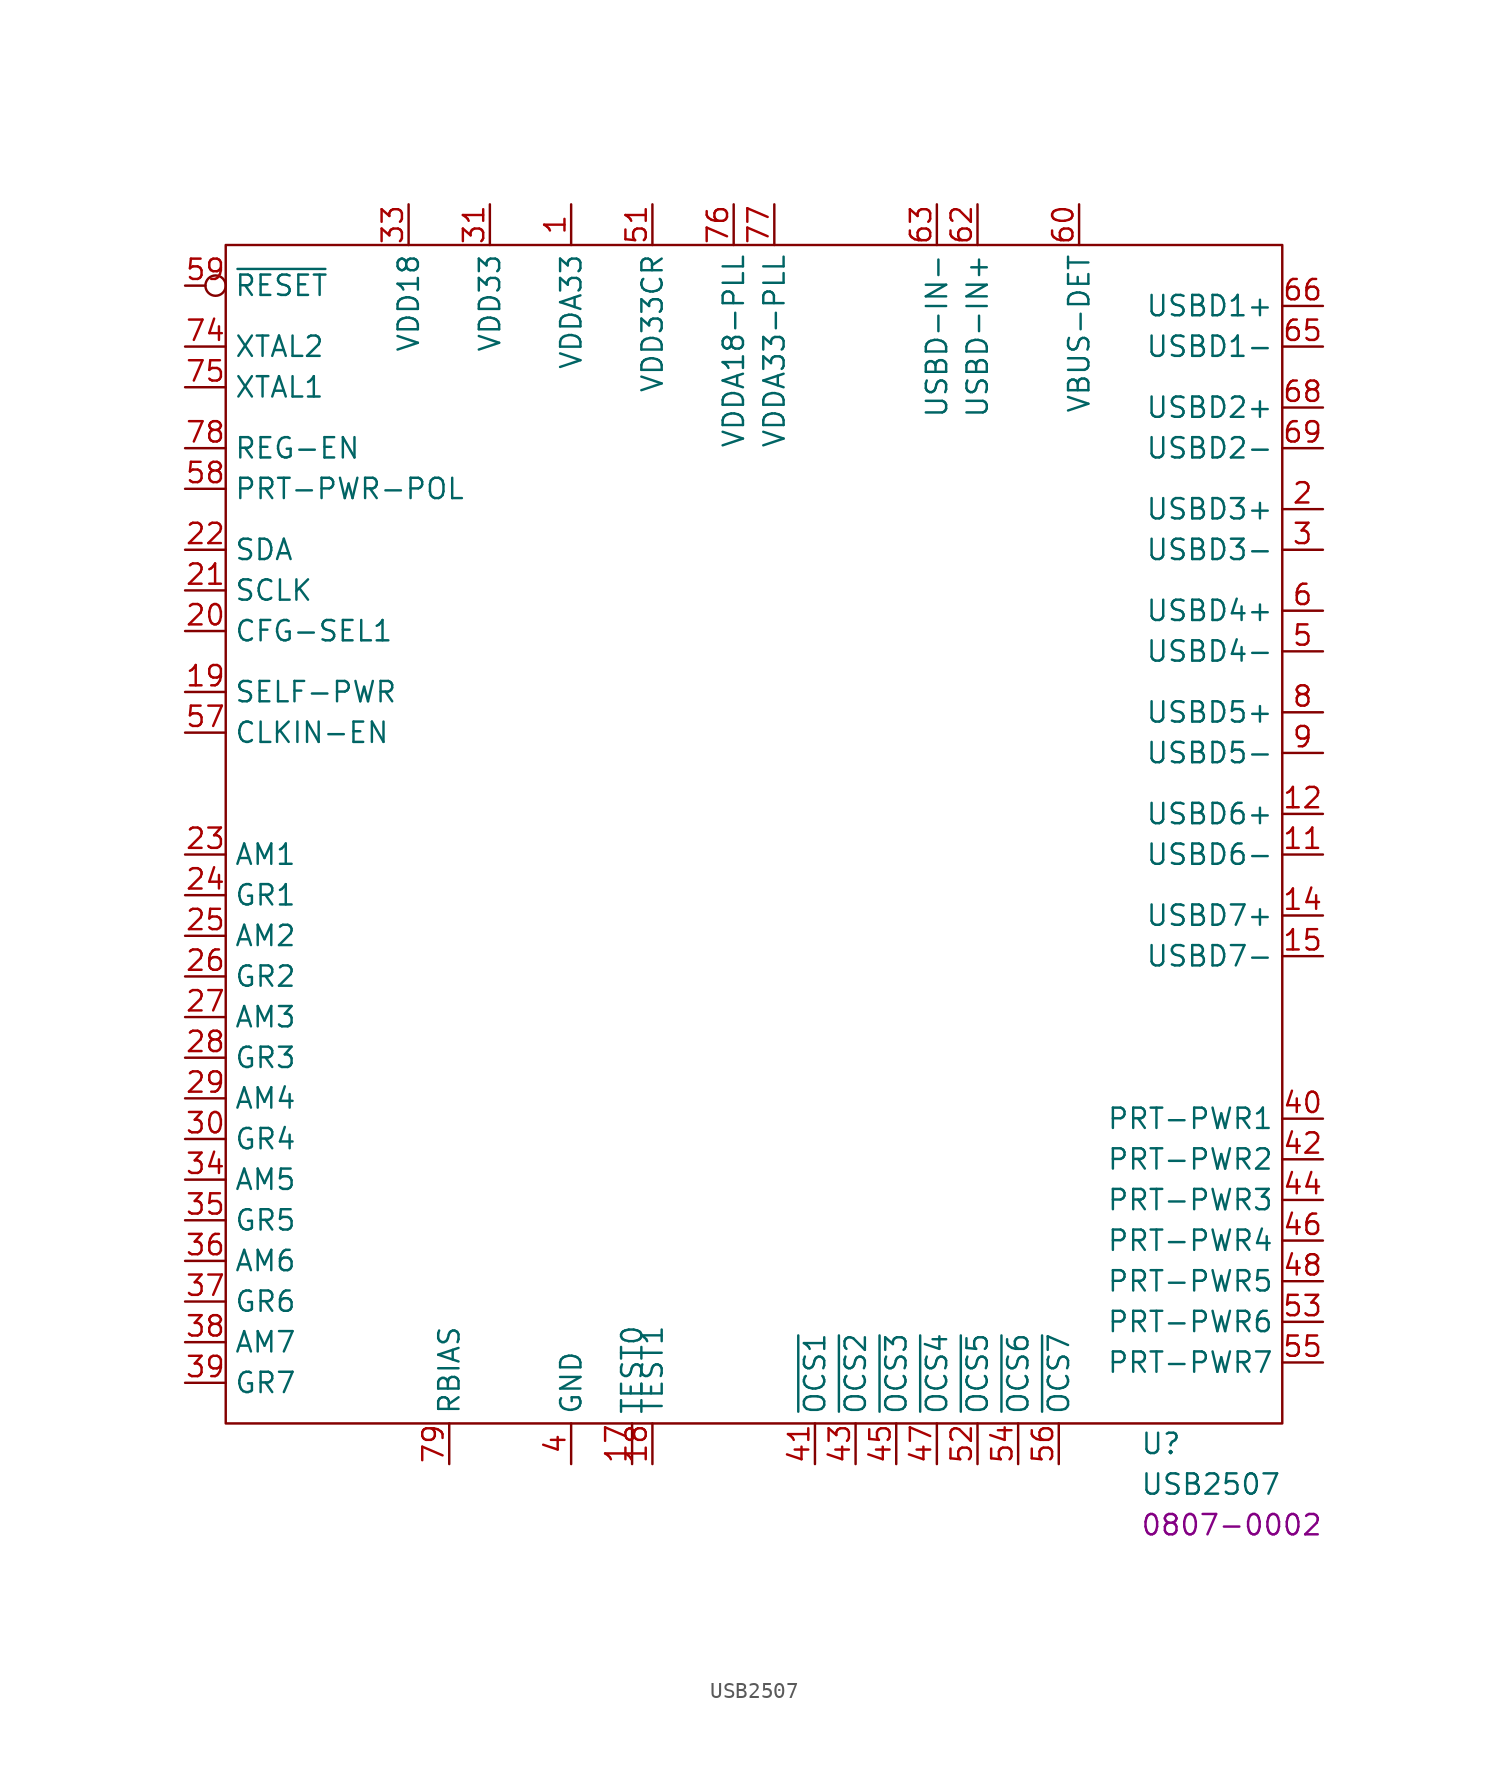
<source format=kicad_sym>
(kicad_symbol_lib
  (version 20220914)
  (generator kicad_symbol_editor)
  (symbol "USB2507"
    (property "Reference" "U"
      (at 24.13 -39.37 0)
      (effects (font (size 1.27 1.27)) (justify left)))
    (property "Value" "USB2507"
      (at 24.13 -41.91 0)
      (effects (font (size 1.27 1.27)) (justify left)))
    (property "PartNumber" "0807-0002"
      (at 24.13 -44.45 0)
      (effects (font (size 1.27 1.27)) (justify left)))
    (symbol "USB2507_0_0"
      (pin power_in line (at -11.43 38.1 270) (length 2.54) (name "VDDA33" (effects (font (size 1.27 1.27)))) (number "1" (effects (font (size 1.27 1.27)))))
      (pin power_in line (at -11.43 -40.64 90) (length 2.54) hide (name "GND" (effects (font (size 1.27 1.27)))) (number "10" (effects (font (size 1.27 1.27)))))
      (pin bidirectional line (at 35.56 -2.54 180) (length 2.54) (name "USBD6-" (effects (font (size 1.27 1.27)))) (number "11" (effects (font (size 1.27 1.27)))))
      (pin bidirectional line (at 35.56 0 180) (length 2.54) (name "USBD6+" (effects (font (size 1.27 1.27)))) (number "12" (effects (font (size 1.27 1.27)))))
      (pin power_in line (at -11.43 38.1 270) (length 2.54) hide (name "VDDA33" (effects (font (size 1.27 1.27)))) (number "13" (effects (font (size 1.27 1.27)))))
      (pin bidirectional line (at 35.56 -6.35 180) (length 2.54) (name "USBD7+" (effects (font (size 1.27 1.27)))) (number "14" (effects (font (size 1.27 1.27)))))
      (pin bidirectional line (at 35.56 -8.89 180) (length 2.54) (name "USBD7-" (effects (font (size 1.27 1.27)))) (number "15" (effects (font (size 1.27 1.27)))))
      (pin power_in line (at -11.43 -40.64 90) (length 2.54) hide (name "GND" (effects (font (size 1.27 1.27)))) (number "16" (effects (font (size 1.27 1.27)))))
      (pin free line (at -7.62 -40.64 90) (length 2.54) (name "TEST0" (effects (font (size 1.27 1.27)))) (number "17" (effects (font (size 1.27 1.27)))))
      (pin free line (at -6.35 -40.64 90) (length 2.54) (name "TEST1" (effects (font (size 1.27 1.27)))) (number "18" (effects (font (size 1.27 1.27)))))
      (pin input line (at -35.56 7.62 0) (length 2.54) (name "SELF-PWR" (effects (font (size 1.27 1.27)))) (number "19" (effects (font (size 1.27 1.27)))))
      (pin bidirectional line (at 35.56 19.05 180) (length 2.54) (name "USBD3+" (effects (font (size 1.27 1.27)))) (number "2" (effects (font (size 1.27 1.27)))))
      (pin input line (at -35.56 11.43 0) (length 2.54) (name "CFG-SEL1" (effects (font (size 1.27 1.27)))) (number "20" (effects (font (size 1.27 1.27)))))
      (pin bidirectional line (at -35.56 13.97 0) (length 2.54) (name "SCLK" (effects (font (size 1.27 1.27)))) (number "21" (effects (font (size 1.27 1.27)))) (alternate "CFG-SEL0" input line))
      (pin bidirectional line (at -35.56 16.51 0) (length 2.54) (name "SDA" (effects (font (size 1.27 1.27)))) (number "22" (effects (font (size 1.27 1.27)))))
      (pin output line (at -35.56 -2.54 0) (length 2.54) (name "AM1" (effects (font (size 1.27 1.27)))) (number "23" (effects (font (size 1.27 1.27)))) (alternate "AM1/GANG-EN" bidirectional line) (alternate "GANG-EN" input line))
      (pin output line (at -35.56 -5.08 0) (length 2.54) (name "GR1" (effects (font (size 1.27 1.27)))) (number "24" (effects (font (size 1.27 1.27)))) (alternate "GR1/NON-REM0" bidirectional line) (alternate "NON-REM0" input line))
      (pin output line (at -35.56 -7.62 0) (length 2.54) (name "AM2" (effects (font (size 1.27 1.27)))) (number "25" (effects (font (size 1.27 1.27)))) (alternate "AM2/MTT-EN" bidirectional line) (alternate "MTT-EN" input line))
      (pin output line (at -35.56 -10.16 0) (length 2.54) (name "GR2" (effects (font (size 1.27 1.27)))) (number "26" (effects (font (size 1.27 1.27)))) (alternate "GR2/NON-REM1" bidirectional line) (alternate "NON-REM1" input line))
      (pin output line (at -35.56 -12.7 0) (length 2.54) (name "AM3" (effects (font (size 1.27 1.27)))) (number "27" (effects (font (size 1.27 1.27)))))
      (pin output line (at -35.56 -15.24 0) (length 2.54) (name "GR3" (effects (font (size 1.27 1.27)))) (number "28" (effects (font (size 1.27 1.27)))) (alternate "GR3/PRT-DIS0" bidirectional line) (alternate "PRT-DIS0" input line))
      (pin output line (at -35.56 -17.78 0) (length 2.54) (name "AM4" (effects (font (size 1.27 1.27)))) (number "29" (effects (font (size 1.27 1.27)))) (alternate "AM4/LED-EN" bidirectional line) (alternate "LED-EN" input line))
      (pin bidirectional line (at 35.56 16.51 180) (length 2.54) (name "USBD3-" (effects (font (size 1.27 1.27)))) (number "3" (effects (font (size 1.27 1.27)))))
      (pin output line (at -35.56 -20.32 0) (length 2.54) (name "GR4" (effects (font (size 1.27 1.27)))) (number "30" (effects (font (size 1.27 1.27)))) (alternate "GR4/PRT-DIS1" bidirectional line) (alternate "PRT-DIS1" input line))
      (pin power_in line (at -16.51 38.1 270) (length 2.54) (name "VDD33" (effects (font (size 1.27 1.27)))) (number "31" (effects (font (size 1.27 1.27)))))
      (pin power_in line (at -11.43 -40.64 90) (length 2.54) hide (name "GND" (effects (font (size 1.27 1.27)))) (number "32" (effects (font (size 1.27 1.27)))))
      (pin power_in line (at -21.59 38.1 270) (length 2.54) (name "VDD18" (effects (font (size 1.27 1.27)))) (number "33" (effects (font (size 1.27 1.27)))))
      (pin output line (at -35.56 -22.86 0) (length 2.54) (name "AM5" (effects (font (size 1.27 1.27)))) (number "34" (effects (font (size 1.27 1.27)))))
      (pin output line (at -35.56 -25.4 0) (length 2.54) (name "GR5" (effects (font (size 1.27 1.27)))) (number "35" (effects (font (size 1.27 1.27)))))
      (pin output line (at -35.56 -27.94 0) (length 2.54) (name "AM6" (effects (font (size 1.27 1.27)))) (number "36" (effects (font (size 1.27 1.27)))))
      (pin output line (at -35.56 -30.48 0) (length 2.54) (name "GR6" (effects (font (size 1.27 1.27)))) (number "37" (effects (font (size 1.27 1.27)))))
      (pin output line (at -35.56 -33.02 0) (length 2.54) (name "AM7" (effects (font (size 1.27 1.27)))) (number "38" (effects (font (size 1.27 1.27)))))
      (pin output line (at -35.56 -35.56 0) (length 2.54) (name "GR7" (effects (font (size 1.27 1.27)))) (number "39" (effects (font (size 1.27 1.27)))))
      (pin power_in line (at -11.43 -40.64 90) (length 2.54) (name "GND" (effects (font (size 1.27 1.27)))) (number "4" (effects (font (size 1.27 1.27)))))
      (pin output line (at 35.56 -19.05 180) (length 2.54) (name "PRT-PWR1" (effects (font (size 1.27 1.27)))) (number "40" (effects (font (size 1.27 1.27)))))
      (pin input line (at 3.81 -40.64 90) (length 2.54) (name "~{OCS1}" (effects (font (size 1.27 1.27)))) (number "41" (effects (font (size 1.27 1.27)))))
      (pin output line (at 35.56 -21.59 180) (length 2.54) (name "PRT-PWR2" (effects (font (size 1.27 1.27)))) (number "42" (effects (font (size 1.27 1.27)))))
      (pin input line (at 6.35 -40.64 90) (length 2.54) (name "~{OCS2}" (effects (font (size 1.27 1.27)))) (number "43" (effects (font (size 1.27 1.27)))))
      (pin output line (at 35.56 -24.13 180) (length 2.54) (name "PRT-PWR3" (effects (font (size 1.27 1.27)))) (number "44" (effects (font (size 1.27 1.27)))))
      (pin input line (at 8.89 -40.64 90) (length 2.54) (name "~{OCS3}" (effects (font (size 1.27 1.27)))) (number "45" (effects (font (size 1.27 1.27)))))
      (pin output line (at 35.56 -26.67 180) (length 2.54) (name "PRT-PWR4" (effects (font (size 1.27 1.27)))) (number "46" (effects (font (size 1.27 1.27)))))
      (pin input line (at 11.43 -40.64 90) (length 2.54) (name "~{OCS4}" (effects (font (size 1.27 1.27)))) (number "47" (effects (font (size 1.27 1.27)))))
      (pin output line (at 35.56 -29.21 180) (length 2.54) (name "PRT-PWR5" (effects (font (size 1.27 1.27)))) (number "48" (effects (font (size 1.27 1.27)))))
      (pin power_in line (at -11.43 -40.64 90) (length 2.54) hide (name "GND" (effects (font (size 1.27 1.27)))) (number "49" (effects (font (size 1.27 1.27)))))
      (pin bidirectional line (at 35.56 10.16 180) (length 2.54) (name "USBD4-" (effects (font (size 1.27 1.27)))) (number "5" (effects (font (size 1.27 1.27)))))
      (pin power_in line (at -21.59 38.1 270) (length 2.54) hide (name "VDD18" (effects (font (size 1.27 1.27)))) (number "50" (effects (font (size 1.27 1.27)))))
      (pin power_in line (at -6.35 38.1 270) (length 2.54) (name "VDD33CR" (effects (font (size 1.27 1.27)))) (number "51" (effects (font (size 1.27 1.27)))))
      (pin input line (at 13.97 -40.64 90) (length 2.54) (name "~{OCS5}" (effects (font (size 1.27 1.27)))) (number "52" (effects (font (size 1.27 1.27)))))
      (pin output line (at 35.56 -31.75 180) (length 2.54) (name "PRT-PWR6" (effects (font (size 1.27 1.27)))) (number "53" (effects (font (size 1.27 1.27)))))
      (pin input line (at 16.51 -40.64 90) (length 2.54) (name "~{OCS6}" (effects (font (size 1.27 1.27)))) (number "54" (effects (font (size 1.27 1.27)))))
      (pin output line (at 35.56 -34.29 180) (length 2.54) (name "PRT-PWR7" (effects (font (size 1.27 1.27)))) (number "55" (effects (font (size 1.27 1.27)))))
      (pin input line (at 19.05 -40.64 90) (length 2.54) (name "~{OCS7}" (effects (font (size 1.27 1.27)))) (number "56" (effects (font (size 1.27 1.27)))))
      (pin input line (at -35.56 5.08 0) (length 2.54) (name "CLKIN-EN" (effects (font (size 1.27 1.27)))) (number "57" (effects (font (size 1.27 1.27)))))
      (pin input line (at -35.56 20.32 0) (length 2.54) (name "PRT-PWR-POL" (effects (font (size 1.27 1.27)))) (number "58" (effects (font (size 1.27 1.27)))))
      (pin input inverted (at -35.56 33.02 0) (length 2.54) (name "~{RESET}" (effects (font (size 1.27 1.27)))) (number "59" (effects (font (size 1.27 1.27)))))
      (pin bidirectional line (at 35.56 12.7 180) (length 2.54) (name "USBD4+" (effects (font (size 1.27 1.27)))) (number "6" (effects (font (size 1.27 1.27)))))
      (pin input line (at 20.32 38.1 270) (length 2.54) (name "VBUS-DET" (effects (font (size 1.27 1.27)))) (number "60" (effects (font (size 1.27 1.27)))))
      (pin power_in line (at -11.43 38.1 270) (length 2.54) hide (name "VDDA33" (effects (font (size 1.27 1.27)))) (number "61" (effects (font (size 1.27 1.27)))))
      (pin bidirectional line (at 13.97 38.1 270) (length 2.54) (name "USBD-IN+" (effects (font (size 1.27 1.27)))) (number "62" (effects (font (size 1.27 1.27)))))
      (pin bidirectional line (at 11.43 38.1 270) (length 2.54) (name "USBD-IN-" (effects (font (size 1.27 1.27)))) (number "63" (effects (font (size 1.27 1.27)))))
      (pin power_in line (at -11.43 -40.64 90) (length 2.54) hide (name "GND" (effects (font (size 1.27 1.27)))) (number "64" (effects (font (size 1.27 1.27)))))
      (pin bidirectional line (at 35.56 29.21 180) (length 2.54) (name "USBD1-" (effects (font (size 1.27 1.27)))) (number "65" (effects (font (size 1.27 1.27)))))
      (pin bidirectional line (at 35.56 31.75 180) (length 2.54) (name "USBD1+" (effects (font (size 1.27 1.27)))) (number "66" (effects (font (size 1.27 1.27)))))
      (pin power_in line (at -11.43 38.1 270) (length 2.54) hide (name "VDDA33" (effects (font (size 1.27 1.27)))) (number "67" (effects (font (size 1.27 1.27)))))
      (pin bidirectional line (at 35.56 25.4 180) (length 2.54) (name "USBD2+" (effects (font (size 1.27 1.27)))) (number "68" (effects (font (size 1.27 1.27)))))
      (pin bidirectional line (at 35.56 22.86 180) (length 2.54) (name "USBD2-" (effects (font (size 1.27 1.27)))) (number "69" (effects (font (size 1.27 1.27)))))
      (pin power_in line (at -11.43 38.1 270) (length 2.54) hide (name "VDDA33" (effects (font (size 1.27 1.27)))) (number "7" (effects (font (size 1.27 1.27)))))
      (pin power_in line (at -11.43 -40.64 90) (length 2.54) hide (name "GND" (effects (font (size 1.27 1.27)))) (number "70" (effects (font (size 1.27 1.27)))))
      (pin power_in line (at -11.43 -40.64 90) (length 2.54) hide (name "GND" (effects (font (size 1.27 1.27)))) (number "71" (effects (font (size 1.27 1.27)))))
      (pin power_in line (at -21.59 38.1 270) (length 2.54) hide (name "VDD18" (effects (font (size 1.27 1.27)))) (number "72" (effects (font (size 1.27 1.27)))))
      (pin power_in line (at -11.43 -40.64 90) (length 2.54) hide (name "GND" (effects (font (size 1.27 1.27)))) (number "73" (effects (font (size 1.27 1.27)))))
      (pin input line (at -35.56 29.21 0) (length 2.54) (name "XTAL2" (effects (font (size 1.27 1.27)))) (number "74" (effects (font (size 1.27 1.27)))))
      (pin input line (at -35.56 26.67 0) (length 2.54) (name "XTAL1" (effects (font (size 1.27 1.27)))) (number "75" (effects (font (size 1.27 1.27)))) (alternate "CLKIN" input line))
      (pin power_in line (at -1.27 38.1 270) (length 2.54) (name "VDDA18-PLL" (effects (font (size 1.27 1.27)))) (number "76" (effects (font (size 1.27 1.27)))))
      (pin power_in line (at 1.27 38.1 270) (length 2.54) (name "VDDA33-PLL" (effects (font (size 1.27 1.27)))) (number "77" (effects (font (size 1.27 1.27)))))
      (pin input line (at -35.56 22.86 0) (length 2.54) (name "REG-EN" (effects (font (size 1.27 1.27)))) (number "78" (effects (font (size 1.27 1.27)))) (alternate "ATEST" output line))
      (pin power_out line (at -19.05 -40.64 90) (length 2.54) (name "RBIAS" (effects (font (size 1.27 1.27)))) (number "79" (effects (font (size 1.27 1.27)))))
      (pin bidirectional line (at 35.56 6.35 180) (length 2.54) (name "USBD5+" (effects (font (size 1.27 1.27)))) (number "8" (effects (font (size 1.27 1.27)))))
      (pin power_in line (at -11.43 -40.64 90) (length 2.54) hide (name "GND" (effects (font (size 1.27 1.27)))) (number "80" (effects (font (size 1.27 1.27)))))
      (pin bidirectional line (at 35.56 3.81 180) (length 2.54) (name "USBD5-" (effects (font (size 1.27 1.27)))) (number "9" (effects (font (size 1.27 1.27))))))
    (symbol "USB2507_0_1"
      (rectangle (start -33.02 35.56) (end 33.02 -38.1) (stroke (width 0) (type default)) (fill (type none))))))
</source>
